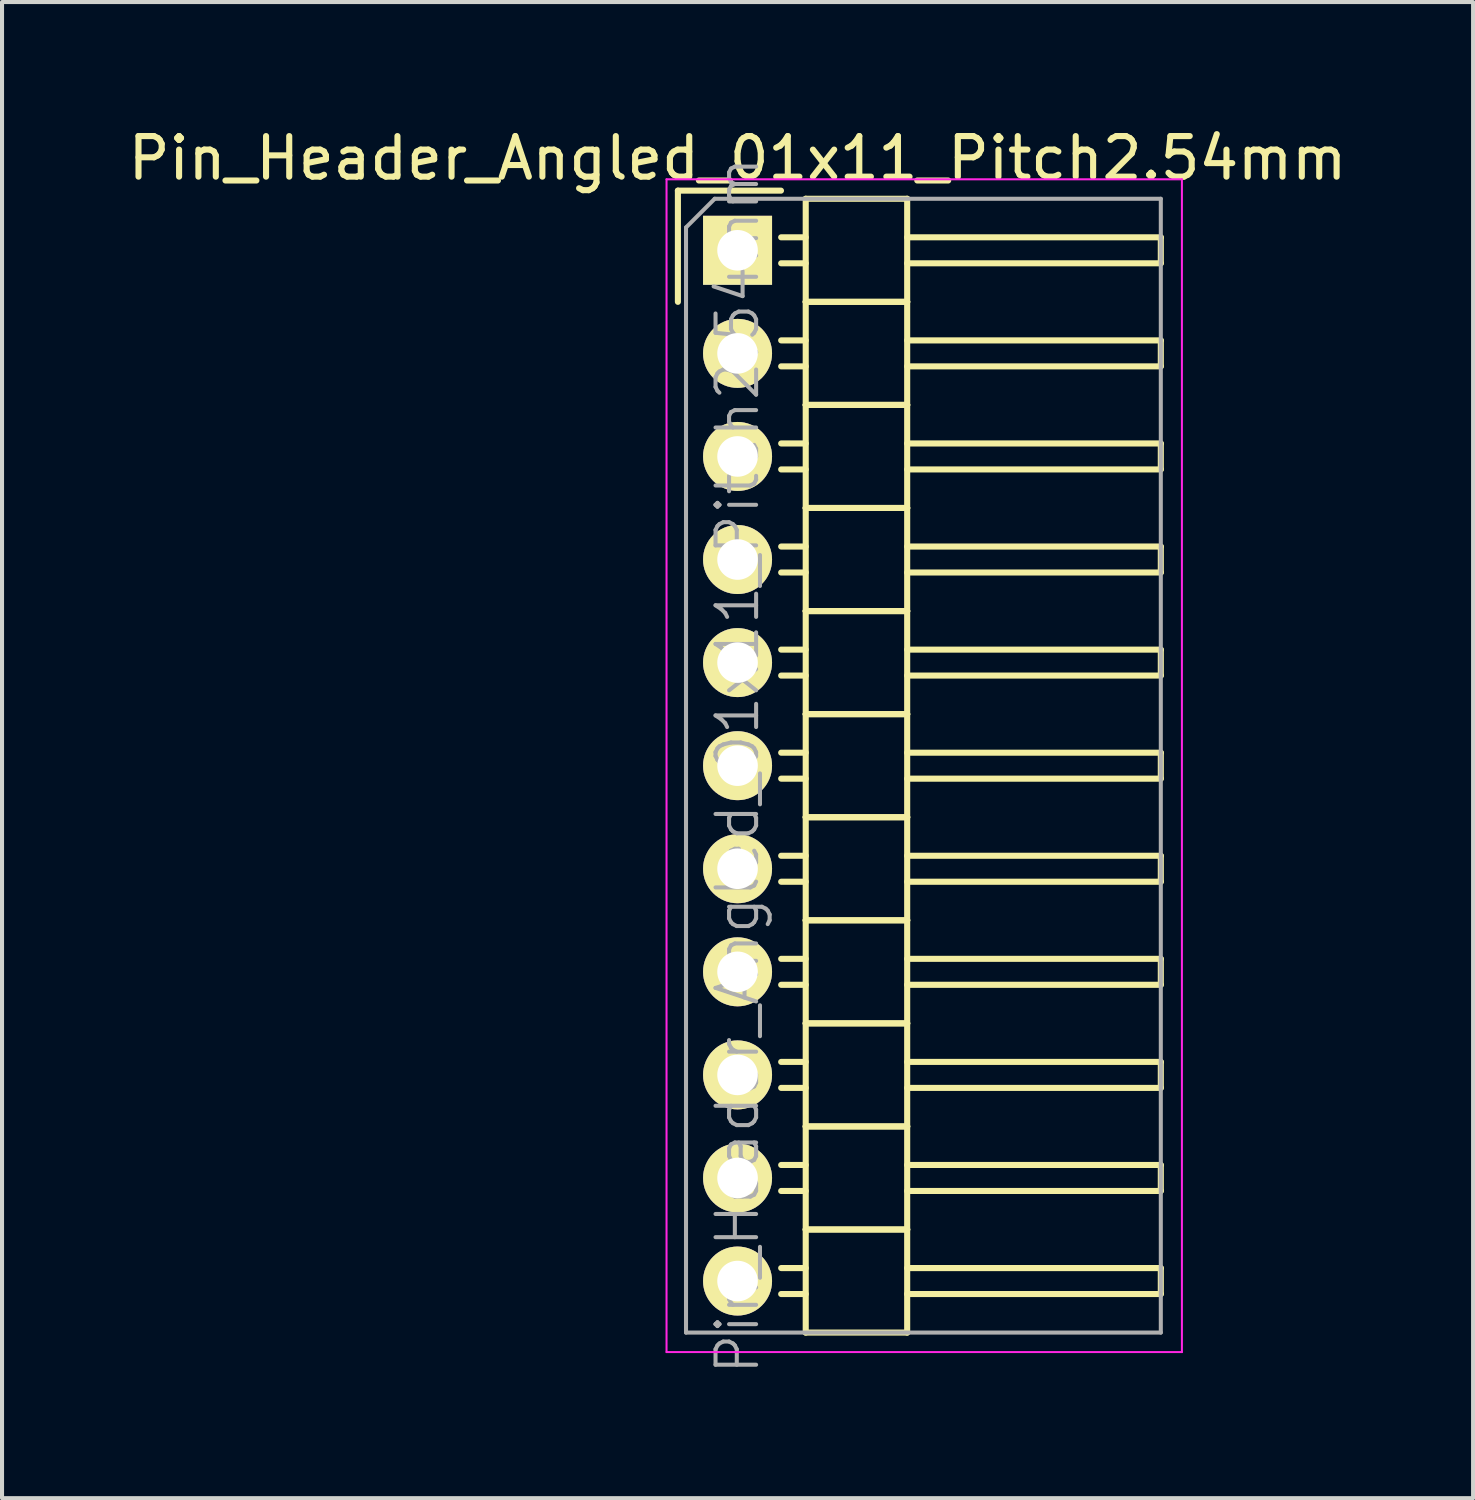
<source format=kicad_pcb>
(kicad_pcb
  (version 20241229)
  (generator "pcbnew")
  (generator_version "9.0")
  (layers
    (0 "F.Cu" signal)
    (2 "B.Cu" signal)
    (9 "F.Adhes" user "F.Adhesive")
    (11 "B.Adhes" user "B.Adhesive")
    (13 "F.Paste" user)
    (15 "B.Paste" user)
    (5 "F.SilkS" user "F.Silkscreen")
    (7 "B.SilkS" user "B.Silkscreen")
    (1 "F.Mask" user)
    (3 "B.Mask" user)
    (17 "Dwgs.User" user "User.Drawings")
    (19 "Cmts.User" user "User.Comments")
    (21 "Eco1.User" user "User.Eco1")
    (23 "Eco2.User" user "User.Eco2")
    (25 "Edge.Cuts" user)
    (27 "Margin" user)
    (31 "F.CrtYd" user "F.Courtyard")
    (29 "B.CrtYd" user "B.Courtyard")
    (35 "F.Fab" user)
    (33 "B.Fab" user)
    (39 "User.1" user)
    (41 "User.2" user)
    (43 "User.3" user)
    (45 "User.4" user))
  (footprint "Pin_Header_Angled_01x11_Pitch2.54mm"
    (layer "F.Cu")
    (at 15.125 3.118)
    (property "Reference" "Pin_Header_Angled_01x11_Pitch2.54mm" (at 0 -2.27 0) (layer "F.SilkS") (effects (font (size 1 1) (thickness 0.15))))
    (attr smd)
    (fp_line (start -1.47 -1.47) (end -1.47 1.27) (stroke (width 0.15) (type solid)) (layer "F.SilkS"))
    (fp_line (start -1.47 -1.47) (end 1.07 -1.47) (stroke (width 0.15) (type solid)) (layer "F.SilkS"))
    (fp_line (start 1.68 -0.32) (end 1.075 -0.32) (stroke (width 0.15) (type solid)) (layer "F.SilkS"))
    (fp_line (start 1.68 0.32) (end 1.075 0.32) (stroke (width 0.15) (type solid)) (layer "F.SilkS"))
    (fp_line (start 1.68 1.27) (end 1.68 -1.27) (stroke (width 0.15) (type solid)) (layer "F.SilkS"))
    (fp_line (start 1.68 2.22) (end 1.075 2.22) (stroke (width 0.15) (type solid)) (layer "F.SilkS"))
    (fp_line (start 1.68 2.86) (end 1.075 2.86) (stroke (width 0.15) (type solid)) (layer "F.SilkS"))
    (fp_line (start 1.68 3.81) (end 1.68 1.27) (stroke (width 0.15) (type solid)) (layer "F.SilkS"))
    (fp_line (start 1.68 4.76) (end 1.075 4.76) (stroke (width 0.15) (type solid)) (layer "F.SilkS"))
    (fp_line (start 1.68 5.4) (end 1.075 5.4) (stroke (width 0.15) (type solid)) (layer "F.SilkS"))
    (fp_line (start 1.68 6.35) (end 1.68 3.81) (stroke (width 0.15) (type solid)) (layer "F.SilkS"))
    (fp_line (start 1.68 7.3) (end 1.075 7.3) (stroke (width 0.15) (type solid)) (layer "F.SilkS"))
    (fp_line (start 1.68 7.94) (end 1.075 7.94) (stroke (width 0.15) (type solid)) (layer "F.SilkS"))
    (fp_line (start 1.68 8.89) (end 1.68 6.35) (stroke (width 0.15) (type solid)) (layer "F.SilkS"))
    (fp_line (start 1.68 9.84) (end 1.075 9.84) (stroke (width 0.15) (type solid)) (layer "F.SilkS"))
    (fp_line (start 1.68 10.48) (end 1.075 10.48) (stroke (width 0.15) (type solid)) (layer "F.SilkS"))
    (fp_line (start 1.68 11.43) (end 1.68 8.89) (stroke (width 0.15) (type solid)) (layer "F.SilkS"))
    (fp_line (start 1.68 12.38) (end 1.075 12.38) (stroke (width 0.15) (type solid)) (layer "F.SilkS"))
    (fp_line (start 1.68 13.02) (end 1.075 13.02) (stroke (width 0.15) (type solid)) (layer "F.SilkS"))
    (fp_line (start 1.68 13.97) (end 1.68 11.43) (stroke (width 0.15) (type solid)) (layer "F.SilkS"))
    (fp_line (start 1.68 14.92) (end 1.075 14.92) (stroke (width 0.15) (type solid)) (layer "F.SilkS"))
    (fp_line (start 1.68 15.56) (end 1.075 15.56) (stroke (width 0.15) (type solid)) (layer "F.SilkS"))
    (fp_line (start 1.68 16.51) (end 1.68 13.97) (stroke (width 0.15) (type solid)) (layer "F.SilkS"))
    (fp_line (start 1.68 17.46) (end 1.075 17.46) (stroke (width 0.15) (type solid)) (layer "F.SilkS"))
    (fp_line (start 1.68 18.1) (end 1.075 18.1) (stroke (width 0.15) (type solid)) (layer "F.SilkS"))
    (fp_line (start 1.68 19.05) (end 1.68 16.51) (stroke (width 0.15) (type solid)) (layer "F.SilkS"))
    (fp_line (start 1.68 20) (end 1.075 20) (stroke (width 0.15) (type solid)) (layer "F.SilkS"))
    (fp_line (start 1.68 20.64) (end 1.075 20.64) (stroke (width 0.15) (type solid)) (layer "F.SilkS"))
    (fp_line (start 1.68 21.59) (end 1.68 19.05) (stroke (width 0.15) (type solid)) (layer "F.SilkS"))
    (fp_line (start 1.68 22.54) (end 1.075 22.54) (stroke (width 0.15) (type solid)) (layer "F.SilkS"))
    (fp_line (start 1.68 23.18) (end 1.075 23.18) (stroke (width 0.15) (type solid)) (layer "F.SilkS"))
    (fp_line (start 1.68 24.13) (end 1.68 21.59) (stroke (width 0.15) (type solid)) (layer "F.SilkS"))
    (fp_line (start 1.68 25.08) (end 1.075 25.08) (stroke (width 0.15) (type solid)) (layer "F.SilkS"))
    (fp_line (start 1.68 25.72) (end 1.075 25.72) (stroke (width 0.15) (type solid)) (layer "F.SilkS"))
    (fp_line (start 1.68 26.67) (end 1.68 24.13) (stroke (width 0.15) (type solid)) (layer "F.SilkS"))
    (fp_line (start 4.18 -1.27) (end 1.68 -1.27) (stroke (width 0.15) (type solid)) (layer "F.SilkS"))
    (fp_line (start 4.18 -0.32) (end 10.43 -0.32) (stroke (width 0.15) (type solid)) (layer "F.SilkS"))
    (fp_line (start 4.18 0.32) (end 10.43 0.32) (stroke (width 0.15) (type solid)) (layer "F.SilkS"))
    (fp_line (start 4.18 1.27) (end 1.68 1.27) (stroke (width 0.15) (type solid)) (layer "F.SilkS"))
    (fp_line (start 4.18 1.27) (end 1.68 1.27) (stroke (width 0.15) (type solid)) (layer "F.SilkS"))
    (fp_line (start 4.18 1.27) (end 4.18 -1.27) (stroke (width 0.15) (type solid)) (layer "F.SilkS"))
    (fp_line (start 4.18 2.22) (end 10.43 2.22) (stroke (width 0.15) (type solid)) (layer "F.SilkS"))
    (fp_line (start 4.18 2.86) (end 10.43 2.86) (stroke (width 0.15) (type solid)) (layer "F.SilkS"))
    (fp_line (start 4.18 3.81) (end 1.68 3.81) (stroke (width 0.15) (type solid)) (layer "F.SilkS"))
    (fp_line (start 4.18 3.81) (end 1.68 3.81) (stroke (width 0.15) (type solid)) (layer "F.SilkS"))
    (fp_line (start 4.18 3.81) (end 4.18 1.27) (stroke (width 0.15) (type solid)) (layer "F.SilkS"))
    (fp_line (start 4.18 4.76) (end 10.43 4.76) (stroke (width 0.15) (type solid)) (layer "F.SilkS"))
    (fp_line (start 4.18 5.4) (end 10.43 5.4) (stroke (width 0.15) (type solid)) (layer "F.SilkS"))
    (fp_line (start 4.18 6.35) (end 1.68 6.35) (stroke (width 0.15) (type solid)) (layer "F.SilkS"))
    (fp_line (start 4.18 6.35) (end 1.68 6.35) (stroke (width 0.15) (type solid)) (layer "F.SilkS"))
    (fp_line (start 4.18 6.35) (end 4.18 3.81) (stroke (width 0.15) (type solid)) (layer "F.SilkS"))
    (fp_line (start 4.18 7.3) (end 10.43 7.3) (stroke (width 0.15) (type solid)) (layer "F.SilkS"))
    (fp_line (start 4.18 7.94) (end 10.43 7.94) (stroke (width 0.15) (type solid)) (layer "F.SilkS"))
    (fp_line (start 4.18 8.89) (end 1.68 8.89) (stroke (width 0.15) (type solid)) (layer "F.SilkS"))
    (fp_line (start 4.18 8.89) (end 1.68 8.89) (stroke (width 0.15) (type solid)) (layer "F.SilkS"))
    (fp_line (start 4.18 8.89) (end 4.18 6.35) (stroke (width 0.15) (type solid)) (layer "F.SilkS"))
    (fp_line (start 4.18 9.84) (end 10.43 9.84) (stroke (width 0.15) (type solid)) (layer "F.SilkS"))
    (fp_line (start 4.18 10.48) (end 10.43 10.48) (stroke (width 0.15) (type solid)) (layer "F.SilkS"))
    (fp_line (start 4.18 11.43) (end 1.68 11.43) (stroke (width 0.15) (type solid)) (layer "F.SilkS"))
    (fp_line (start 4.18 11.43) (end 1.68 11.43) (stroke (width 0.15) (type solid)) (layer "F.SilkS"))
    (fp_line (start 4.18 11.43) (end 4.18 8.89) (stroke (width 0.15) (type solid)) (layer "F.SilkS"))
    (fp_line (start 4.18 12.38) (end 10.43 12.38) (stroke (width 0.15) (type solid)) (layer "F.SilkS"))
    (fp_line (start 4.18 13.02) (end 10.43 13.02) (stroke (width 0.15) (type solid)) (layer "F.SilkS"))
    (fp_line (start 4.18 13.97) (end 1.68 13.97) (stroke (width 0.15) (type solid)) (layer "F.SilkS"))
    (fp_line (start 4.18 13.97) (end 1.68 13.97) (stroke (width 0.15) (type solid)) (layer "F.SilkS"))
    (fp_line (start 4.18 13.97) (end 4.18 11.43) (stroke (width 0.15) (type solid)) (layer "F.SilkS"))
    (fp_line (start 4.18 14.92) (end 10.43 14.92) (stroke (width 0.15) (type solid)) (layer "F.SilkS"))
    (fp_line (start 4.18 15.56) (end 10.43 15.56) (stroke (width 0.15) (type solid)) (layer "F.SilkS"))
    (fp_line (start 4.18 16.51) (end 1.68 16.51) (stroke (width 0.15) (type solid)) (layer "F.SilkS"))
    (fp_line (start 4.18 16.51) (end 1.68 16.51) (stroke (width 0.15) (type solid)) (layer "F.SilkS"))
    (fp_line (start 4.18 16.51) (end 4.18 13.97) (stroke (width 0.15) (type solid)) (layer "F.SilkS"))
    (fp_line (start 4.18 17.46) (end 10.43 17.46) (stroke (width 0.15) (type solid)) (layer "F.SilkS"))
    (fp_line (start 4.18 18.1) (end 10.43 18.1) (stroke (width 0.15) (type solid)) (layer "F.SilkS"))
    (fp_line (start 4.18 19.05) (end 1.68 19.05) (stroke (width 0.15) (type solid)) (layer "F.SilkS"))
    (fp_line (start 4.18 19.05) (end 1.68 19.05) (stroke (width 0.15) (type solid)) (layer "F.SilkS"))
    (fp_line (start 4.18 19.05) (end 4.18 16.51) (stroke (width 0.15) (type solid)) (layer "F.SilkS"))
    (fp_line (start 4.18 20) (end 10.43 20) (stroke (width 0.15) (type solid)) (layer "F.SilkS"))
    (fp_line (start 4.18 20.64) (end 10.43 20.64) (stroke (width 0.15) (type solid)) (layer "F.SilkS"))
    (fp_line (start 4.18 21.59) (end 1.68 21.59) (stroke (width 0.15) (type solid)) (layer "F.SilkS"))
    (fp_line (start 4.18 21.59) (end 1.68 21.59) (stroke (width 0.15) (type solid)) (layer "F.SilkS"))
    (fp_line (start 4.18 21.59) (end 4.18 19.05) (stroke (width 0.15) (type solid)) (layer "F.SilkS"))
    (fp_line (start 4.18 22.54) (end 10.43 22.54) (stroke (width 0.15) (type solid)) (layer "F.SilkS"))
    (fp_line (start 4.18 23.18) (end 10.43 23.18) (stroke (width 0.15) (type solid)) (layer "F.SilkS"))
    (fp_line (start 4.18 24.13) (end 1.68 24.13) (stroke (width 0.15) (type solid)) (layer "F.SilkS"))
    (fp_line (start 4.18 24.13) (end 1.68 24.13) (stroke (width 0.15) (type solid)) (layer "F.SilkS"))
    (fp_line (start 4.18 24.13) (end 4.18 21.59) (stroke (width 0.15) (type solid)) (layer "F.SilkS"))
    (fp_line (start 4.18 25.08) (end 10.43 25.08) (stroke (width 0.15) (type solid)) (layer "F.SilkS"))
    (fp_line (start 4.18 25.72) (end 10.43 25.72) (stroke (width 0.15) (type solid)) (layer "F.SilkS"))
    (fp_line (start 4.18 26.67) (end 1.68 26.67) (stroke (width 0.15) (type solid)) (layer "F.SilkS"))
    (fp_line (start 4.18 26.67) (end 4.18 24.13) (stroke (width 0.15) (type solid)) (layer "F.SilkS"))
    (fp_line (start 10.43 0.32) (end 10.43 -0.32) (stroke (width 0.15) (type solid)) (layer "F.SilkS"))
    (fp_line (start 10.43 2.86) (end 10.43 2.22) (stroke (width 0.15) (type solid)) (layer "F.SilkS"))
    (fp_line (start 10.43 5.4) (end 10.43 4.76) (stroke (width 0.15) (type solid)) (layer "F.SilkS"))
    (fp_line (start 10.43 7.94) (end 10.43 7.3) (stroke (width 0.15) (type solid)) (layer "F.SilkS"))
    (fp_line (start 10.43 10.48) (end 10.43 9.84) (stroke (width 0.15) (type solid)) (layer "F.SilkS"))
    (fp_line (start 10.43 13.02) (end 10.43 12.38) (stroke (width 0.15) (type solid)) (layer "F.SilkS"))
    (fp_line (start 10.43 15.56) (end 10.43 14.92) (stroke (width 0.15) (type solid)) (layer "F.SilkS"))
    (fp_line (start 10.43 18.1) (end 10.43 17.46) (stroke (width 0.15) (type solid)) (layer "F.SilkS"))
    (fp_line (start 10.43 20.64) (end 10.43 20) (stroke (width 0.15) (type solid)) (layer "F.SilkS"))
    (fp_line (start 10.43 23.18) (end 10.43 22.54) (stroke (width 0.15) (type solid)) (layer "F.SilkS"))
    (fp_line (start 10.43 25.72) (end 10.43 25.08) (stroke (width 0.15) (type solid)) (layer "F.SilkS"))
    (fp_line (start -1.75 -1.75) (end -1.75 27.15) (stroke (width 0.05) (type solid)) (layer "F.CrtYd"))
    (fp_line (start 10.95 -1.75) (end -1.75 -1.75) (stroke (width 0.05) (type solid)) (layer "F.CrtYd"))
    (fp_line (start 10.95 -1.75) (end 10.95 27.15) (stroke (width 0.05) (type solid)) (layer "F.CrtYd"))
    (fp_line (start 10.95 27.15) (end -1.75 27.15) (stroke (width 0.05) (type solid)) (layer "F.CrtYd"))
    (fp_line (start -1.27 -0.563) (end -0.563 -1.27) (stroke (width 0.1) (type solid)) (layer "F.Fab"))
    (fp_line (start -1.27 26.67) (end -1.27 -0.563) (stroke (width 0.1) (type solid)) (layer "F.Fab"))
    (fp_line (start 10.43 -1.27) (end -0.563 -1.27) (stroke (width 0.1) (type solid)) (layer "F.Fab"))
    (fp_line (start 10.43 26.67) (end -1.27 26.67) (stroke (width 0.1) (type solid)) (layer "F.Fab"))
    (fp_line (start 10.43 26.67) (end 10.43 -1.27) (stroke (width 0.1) (type solid)) (layer "F.Fab"))
    (fp_text user "${REFERENCE}" (at 0 12.7 90) (layer "F.Fab") (effects (font (size 1 1) (thickness 0.1))))
    (pad "1" thru_hole rect (at 0 0) (size 1.7 1.7) (drill 1) (layers "*.Cu" "*.Mask" "F.SilkS"))
    (pad "2" thru_hole oval (at 0 2.54) (size 1.7 1.7) (drill 1) (layers "*.Cu" "*.Mask" "F.SilkS"))
    (pad "3" thru_hole oval (at 0 5.08) (size 1.7 1.7) (drill 1) (layers "*.Cu" "*.Mask" "F.SilkS"))
    (pad "4" thru_hole oval (at 0 7.62) (size 1.7 1.7) (drill 1) (layers "*.Cu" "*.Mask" "F.SilkS"))
    (pad "5" thru_hole oval (at 0 10.16) (size 1.7 1.7) (drill 1) (layers "*.Cu" "*.Mask" "F.SilkS"))
    (pad "6" thru_hole oval (at 0 12.7) (size 1.7 1.7) (drill 1) (layers "*.Cu" "*.Mask" "F.SilkS"))
    (pad "7" thru_hole oval (at 0 15.24) (size 1.7 1.7) (drill 1) (layers "*.Cu" "*.Mask" "F.SilkS"))
    (pad "8" thru_hole oval (at 0 17.78) (size 1.7 1.7) (drill 1) (layers "*.Cu" "*.Mask" "F.SilkS"))
    (pad "9" thru_hole oval (at 0 20.32) (size 1.7 1.7) (drill 1) (layers "*.Cu" "*.Mask" "F.SilkS"))
    (pad "10" thru_hole oval (at 0 22.86) (size 1.7 1.7) (drill 1) (layers "*.Cu" "*.Mask" "F.SilkS"))
    (pad "11" thru_hole oval (at 0 25.4) (size 1.7 1.7) (drill 1) (layers "*.Cu" "*.Mask" "F.SilkS")))
  (gr_rect
    (start -3 -3)
    (end 33.25 33.868)
    (stroke (width 0.1) (type default))
    (fill no)
    (layer "Edge.Cuts")))
</source>
